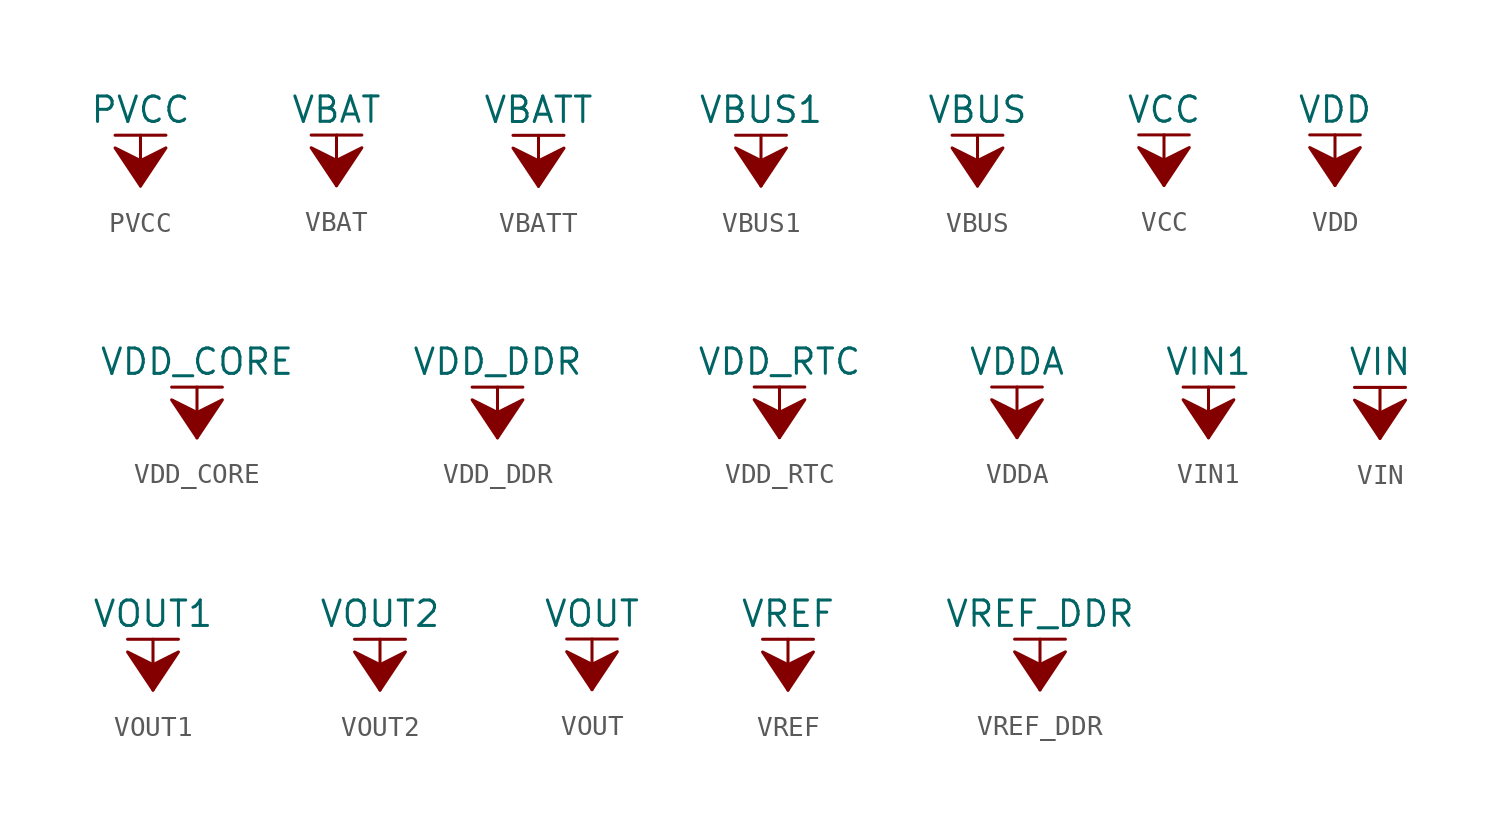
<source format=kicad_sym>
(kicad_symbol_lib
  (version 20211014)
  (generator kicad_symbol_editor)
  (symbol "PVCC"
    (power)
    (pin_names
      (offset 0))
    (property "Reference" "#PWR"
      (at 0 -3.81 0)
      (effects (font (size 1.27 1.27)) hide))
    (property "Value" "PVCC"
      (at 0 3.81 0)
      (effects (font (size 1.27 1.27))))
    (symbol "PVCC_0_1"
      (polyline (pts (xy -1.27 2.54) (xy 1.27 2.54)) (stroke (width 0.152) (type default) (color 0 0 0 0)) (fill (type none)))
      (polyline (pts (xy 0 0) (xy 0 2.54)) (stroke (width 0.152) (type default) (color 0 0 0 0)) (fill (type none)))
      (polyline (pts (xy 0 0) (xy 1.27 1.905) (xy 0 1.27) (xy -1.27 1.905) (xy 0 0)) (stroke (width 0.152) (type default) (color 0 0 0 0)) (fill (type outline))))
    (symbol "PVCC_1_1"
      (pin power_in line (at 0 0 90) (length 0) hide (name "PVCC" (effects (font (size 1.27 1.27)))) (number "1" (effects (font (size 1.27 1.27)))))))
  (symbol "VBAT"
    (power)
    (pin_names
      (offset 0))
    (property "Reference" "#PWR"
      (at 0 -3.81 0)
      (effects (font (size 1.27 1.27)) hide))
    (property "Value" "VBAT"
      (at 0 3.81 0)
      (effects (font (size 1.27 1.27))))
    (symbol "VBAT_0_1"
      (polyline (pts (xy -1.27 2.54) (xy 1.27 2.54)) (stroke (width 0.152) (type default) (color 0 0 0 0)) (fill (type none)))
      (polyline (pts (xy 0 0) (xy 0 2.54)) (stroke (width 0.152) (type default) (color 0 0 0 0)) (fill (type none)))
      (polyline (pts (xy 0 0) (xy 1.27 1.905) (xy 0 1.27) (xy -1.27 1.905) (xy 0 0)) (stroke (width 0.152) (type default) (color 0 0 0 0)) (fill (type outline))))
    (symbol "VBAT_1_1"
      (pin power_in line (at 0 0 90) (length 0) hide (name "VBAT" (effects (font (size 1.27 1.27)))) (number "1" (effects (font (size 1.27 1.27)))))))
  (symbol "VBATT"
    (power)
    (pin_names
      (offset 0))
    (property "Reference" "#PWR"
      (at 0 -3.81 0)
      (effects (font (size 1.27 1.27)) hide))
    (property "Value" "VBATT"
      (at 0 3.81 0)
      (effects (font (size 1.27 1.27))))
    (symbol "VBATT_0_1"
      (polyline (pts (xy -1.27 2.54) (xy 1.27 2.54)) (stroke (width 0.152) (type default) (color 0 0 0 0)) (fill (type none)))
      (polyline (pts (xy 0 0) (xy 0 2.54)) (stroke (width 0.152) (type default) (color 0 0 0 0)) (fill (type none)))
      (polyline (pts (xy 0 0) (xy 1.27 1.905) (xy 0 1.27) (xy -1.27 1.905) (xy 0 0)) (stroke (width 0.152) (type default) (color 0 0 0 0)) (fill (type outline))))
    (symbol "VBATT_1_1"
      (pin power_in line (at 0 0 90) (length 0) hide (name "VBATT" (effects (font (size 1.27 1.27)))) (number "1" (effects (font (size 1.27 1.27)))))))
  (symbol "VBUS1"
    (power)
    (pin_names
      (offset 0))
    (property "Reference" "#PWR"
      (at 0 -3.81 0)
      (effects (font (size 1.27 1.27)) hide))
    (property "Value" "VBUS1"
      (at 0 3.81 0)
      (effects (font (size 1.27 1.27))))
    (symbol "VBUS1_0_1"
      (polyline (pts (xy -1.27 2.54) (xy 1.27 2.54)) (stroke (width 0.152) (type default) (color 0 0 0 0)) (fill (type none)))
      (polyline (pts (xy 0 0) (xy 0 2.54)) (stroke (width 0.152) (type default) (color 0 0 0 0)) (fill (type none)))
      (polyline (pts (xy 0 0) (xy 1.27 1.905) (xy 0 1.27) (xy -1.27 1.905) (xy 0 0)) (stroke (width 0.152) (type default) (color 0 0 0 0)) (fill (type outline))))
    (symbol "VBUS1_1_1"
      (pin power_in line (at 0 0 90) (length 0) hide (name "VBUS1" (effects (font (size 1.27 1.27)))) (number "1" (effects (font (size 1.27 1.27)))))))
  (symbol "VBUS"
    (power)
    (pin_names
      (offset 0))
    (property "Reference" "#PWR"
      (at 0 -3.81 0)
      (effects (font (size 1.27 1.27)) hide))
    (property "Value" "VBUS"
      (at 0 3.81 0)
      (effects (font (size 1.27 1.27))))
    (symbol "VBUS_0_1"
      (polyline (pts (xy -1.27 2.54) (xy 1.27 2.54)) (stroke (width 0.152) (type default) (color 0 0 0 0)) (fill (type none)))
      (polyline (pts (xy 0 0) (xy 0 2.54)) (stroke (width 0.152) (type default) (color 0 0 0 0)) (fill (type none)))
      (polyline (pts (xy 0 0) (xy 1.27 1.905) (xy 0 1.27) (xy -1.27 1.905) (xy 0 0)) (stroke (width 0.152) (type default) (color 0 0 0 0)) (fill (type outline))))
    (symbol "VBUS_1_1"
      (pin power_in line (at 0 0 90) (length 0) hide (name "VBUS" (effects (font (size 1.27 1.27)))) (number "1" (effects (font (size 1.27 1.27)))))))
  (symbol "VCC"
    (power)
    (pin_names
      (offset 0))
    (property "Reference" "#PWR"
      (at 0 -3.81 0)
      (effects (font (size 1.27 1.27)) hide))
    (property "Value" "VCC"
      (at 0 3.81 0)
      (effects (font (size 1.27 1.27))))
    (symbol "VCC_0_1"
      (polyline (pts (xy -1.27 2.54) (xy 1.27 2.54)) (stroke (width 0.152) (type default) (color 0 0 0 0)) (fill (type none)))
      (polyline (pts (xy 0 0) (xy 0 2.54)) (stroke (width 0.152) (type default) (color 0 0 0 0)) (fill (type none)))
      (polyline (pts (xy 0 0) (xy 1.27 1.905) (xy 0 1.27) (xy -1.27 1.905) (xy 0 0)) (stroke (width 0.152) (type default) (color 0 0 0 0)) (fill (type outline))))
    (symbol "VCC_1_1"
      (pin power_in line (at 0 0 90) (length 0) hide (name "VCC" (effects (font (size 1.27 1.27)))) (number "1" (effects (font (size 1.27 1.27)))))))
  (symbol "VDD"
    (power)
    (pin_names
      (offset 0))
    (property "Reference" "#PWR"
      (at 0 -3.81 0)
      (effects (font (size 1.27 1.27)) hide))
    (property "Value" "VDD"
      (at 0 3.81 0)
      (effects (font (size 1.27 1.27))))
    (symbol "VDD_0_1"
      (polyline (pts (xy -1.27 2.54) (xy 1.27 2.54)) (stroke (width 0.152) (type default) (color 0 0 0 0)) (fill (type none)))
      (polyline (pts (xy 0 0) (xy 0 2.54)) (stroke (width 0.152) (type default) (color 0 0 0 0)) (fill (type none)))
      (polyline (pts (xy 0 0) (xy 1.27 1.905) (xy 0 1.27) (xy -1.27 1.905) (xy 0 0)) (stroke (width 0.152) (type default) (color 0 0 0 0)) (fill (type outline))))
    (symbol "VDD_1_1"
      (pin power_in line (at 0 0 90) (length 0) hide (name "VDD" (effects (font (size 1.27 1.27)))) (number "1" (effects (font (size 1.27 1.27)))))))
  (symbol "VDD_CORE"
    (power)
    (pin_names
      (offset 0))
    (property "Reference" "#PWR"
      (at 0 -3.81 0)
      (effects (font (size 1.27 1.27)) hide))
    (property "Value" "VDD_CORE"
      (at 0 3.81 0)
      (effects (font (size 1.27 1.27))))
    (symbol "VDD_CORE_0_1"
      (polyline (pts (xy -1.27 2.54) (xy 1.27 2.54)) (stroke (width 0.152) (type default) (color 0 0 0 0)) (fill (type none)))
      (polyline (pts (xy 0 0) (xy 0 2.54)) (stroke (width 0.152) (type default) (color 0 0 0 0)) (fill (type none)))
      (polyline (pts (xy 0 0) (xy 1.27 1.905) (xy 0 1.27) (xy -1.27 1.905) (xy 0 0)) (stroke (width 0.152) (type default) (color 0 0 0 0)) (fill (type outline))))
    (symbol "VDD_CORE_1_1"
      (pin power_in line (at 0 0 90) (length 0) hide (name "VDD_CORE" (effects (font (size 1.27 1.27)))) (number "1" (effects (font (size 1.27 1.27)))))))
  (symbol "VDD_DDR"
    (power)
    (pin_names
      (offset 0))
    (property "Reference" "#PWR"
      (at 0 -3.81 0)
      (effects (font (size 1.27 1.27)) hide))
    (property "Value" "VDD_DDR"
      (at 0 3.81 0)
      (effects (font (size 1.27 1.27))))
    (symbol "VDD_DDR_0_1"
      (polyline (pts (xy -1.27 2.54) (xy 1.27 2.54)) (stroke (width 0.152) (type default) (color 0 0 0 0)) (fill (type none)))
      (polyline (pts (xy 0 0) (xy 0 2.54)) (stroke (width 0.152) (type default) (color 0 0 0 0)) (fill (type none)))
      (polyline (pts (xy 0 0) (xy 1.27 1.905) (xy 0 1.27) (xy -1.27 1.905) (xy 0 0)) (stroke (width 0.152) (type default) (color 0 0 0 0)) (fill (type outline))))
    (symbol "VDD_DDR_1_1"
      (pin power_in line (at 0 0 90) (length 0) hide (name "VDD_DDR" (effects (font (size 1.27 1.27)))) (number "1" (effects (font (size 1.27 1.27)))))))
  (symbol "VDD_RTC"
    (power)
    (pin_names
      (offset 0))
    (property "Reference" "#PWR"
      (at 0 -3.81 0)
      (effects (font (size 1.27 1.27)) hide))
    (property "Value" "VDD_RTC"
      (at 0 3.81 0)
      (effects (font (size 1.27 1.27))))
    (symbol "VDD_RTC_0_1"
      (polyline (pts (xy -1.27 2.54) (xy 1.27 2.54)) (stroke (width 0.152) (type default) (color 0 0 0 0)) (fill (type none)))
      (polyline (pts (xy 0 0) (xy 0 2.54)) (stroke (width 0.152) (type default) (color 0 0 0 0)) (fill (type none)))
      (polyline (pts (xy 0 0) (xy 1.27 1.905) (xy 0 1.27) (xy -1.27 1.905) (xy 0 0)) (stroke (width 0.152) (type default) (color 0 0 0 0)) (fill (type outline))))
    (symbol "VDD_RTC_1_1"
      (pin power_in line (at 0 0 90) (length 0) hide (name "VDD_RTC" (effects (font (size 1.27 1.27)))) (number "1" (effects (font (size 1.27 1.27)))))))
  (symbol "VDDA"
    (power)
    (pin_names
      (offset 0))
    (property "Reference" "#PWR"
      (at 0 -3.81 0)
      (effects (font (size 1.27 1.27)) hide))
    (property "Value" "VDDA"
      (at 0 3.81 0)
      (effects (font (size 1.27 1.27))))
    (symbol "VDDA_0_1"
      (polyline (pts (xy -1.27 2.54) (xy 1.27 2.54)) (stroke (width 0.152) (type default) (color 0 0 0 0)) (fill (type none)))
      (polyline (pts (xy 0 0) (xy 0 2.54)) (stroke (width 0.152) (type default) (color 0 0 0 0)) (fill (type none)))
      (polyline (pts (xy 0 0) (xy 1.27 1.905) (xy 0 1.27) (xy -1.27 1.905) (xy 0 0)) (stroke (width 0.152) (type default) (color 0 0 0 0)) (fill (type outline))))
    (symbol "VDDA_1_1"
      (pin power_in line (at 0 0 90) (length 0) hide (name "VDDA" (effects (font (size 1.27 1.27)))) (number "1" (effects (font (size 1.27 1.27)))))))
  (symbol "VIN1"
    (power)
    (pin_names
      (offset 0))
    (property "Reference" "#PWR"
      (at 0 -3.81 0)
      (effects (font (size 1.27 1.27)) hide))
    (property "Value" "VIN1"
      (at 0 3.81 0)
      (effects (font (size 1.27 1.27))))
    (symbol "VIN1_0_1"
      (polyline (pts (xy -1.27 2.54) (xy 1.27 2.54)) (stroke (width 0.152) (type default) (color 0 0 0 0)) (fill (type none)))
      (polyline (pts (xy 0 0) (xy 0 2.54)) (stroke (width 0.152) (type default) (color 0 0 0 0)) (fill (type none)))
      (polyline (pts (xy 0 0) (xy 1.27 1.905) (xy 0 1.27) (xy -1.27 1.905) (xy 0 0)) (stroke (width 0.152) (type default) (color 0 0 0 0)) (fill (type outline))))
    (symbol "VIN1_1_1"
      (pin power_in line (at 0 0 90) (length 0) hide (name "VIN1" (effects (font (size 1.27 1.27)))) (number "1" (effects (font (size 1.27 1.27)))))))
  (symbol "VIN"
    (power)
    (pin_names
      (offset 0))
    (property "Reference" "#PWR"
      (at 0 -3.81 0)
      (effects (font (size 1.27 1.27)) hide))
    (property "Value" "VIN"
      (at 0 3.81 0)
      (effects (font (size 1.27 1.27))))
    (symbol "VIN_0_1"
      (polyline (pts (xy -1.27 2.54) (xy 1.27 2.54)) (stroke (width 0.152) (type default) (color 0 0 0 0)) (fill (type none)))
      (polyline (pts (xy 0 0) (xy 0 2.54)) (stroke (width 0.152) (type default) (color 0 0 0 0)) (fill (type none)))
      (polyline (pts (xy 0 0) (xy 1.27 1.905) (xy 0 1.27) (xy -1.27 1.905) (xy 0 0)) (stroke (width 0.152) (type default) (color 0 0 0 0)) (fill (type outline))))
    (symbol "VIN_1_1"
      (pin power_in line (at 0 0 90) (length 0) hide (name "VIN" (effects (font (size 1.27 1.27)))) (number "1" (effects (font (size 1.27 1.27)))))))
  (symbol "VOUT1"
    (power)
    (pin_names
      (offset 0))
    (property "Reference" "#PWR"
      (at 0 -3.81 0)
      (effects (font (size 1.27 1.27)) hide))
    (property "Value" "VOUT1"
      (at 0 3.81 0)
      (effects (font (size 1.27 1.27))))
    (symbol "VOUT1_0_1"
      (polyline (pts (xy -1.27 2.54) (xy 1.27 2.54)) (stroke (width 0.152) (type default) (color 0 0 0 0)) (fill (type none)))
      (polyline (pts (xy 0 0) (xy 0 2.54)) (stroke (width 0.152) (type default) (color 0 0 0 0)) (fill (type none)))
      (polyline (pts (xy 0 0) (xy 1.27 1.905) (xy 0 1.27) (xy -1.27 1.905) (xy 0 0)) (stroke (width 0.152) (type default) (color 0 0 0 0)) (fill (type outline))))
    (symbol "VOUT1_1_1"
      (pin power_in line (at 0 0 90) (length 0) hide (name "VOUT1" (effects (font (size 1.27 1.27)))) (number "1" (effects (font (size 1.27 1.27)))))))
  (symbol "VOUT2"
    (power)
    (pin_names
      (offset 0))
    (property "Reference" "#PWR"
      (at 0 -3.81 0)
      (effects (font (size 1.27 1.27)) hide))
    (property "Value" "VOUT2"
      (at 0 3.81 0)
      (effects (font (size 1.27 1.27))))
    (symbol "VOUT2_0_1"
      (polyline (pts (xy -1.27 2.54) (xy 1.27 2.54)) (stroke (width 0.152) (type default) (color 0 0 0 0)) (fill (type none)))
      (polyline (pts (xy 0 0) (xy 0 2.54)) (stroke (width 0.152) (type default) (color 0 0 0 0)) (fill (type none)))
      (polyline (pts (xy 0 0) (xy 1.27 1.905) (xy 0 1.27) (xy -1.27 1.905) (xy 0 0)) (stroke (width 0.152) (type default) (color 0 0 0 0)) (fill (type outline))))
    (symbol "VOUT2_1_1"
      (pin power_in line (at 0 0 90) (length 0) hide (name "VOUT2" (effects (font (size 1.27 1.27)))) (number "1" (effects (font (size 1.27 1.27)))))))
  (symbol "VOUT"
    (power)
    (pin_names
      (offset 0))
    (property "Reference" "#PWR"
      (at 0 -3.81 0)
      (effects (font (size 1.27 1.27)) hide))
    (property "Value" "VOUT"
      (at 0 3.81 0)
      (effects (font (size 1.27 1.27))))
    (symbol "VOUT_0_1"
      (polyline (pts (xy -1.27 2.54) (xy 1.27 2.54)) (stroke (width 0.152) (type default) (color 0 0 0 0)) (fill (type none)))
      (polyline (pts (xy 0 0) (xy 0 2.54)) (stroke (width 0.152) (type default) (color 0 0 0 0)) (fill (type none)))
      (polyline (pts (xy 0 0) (xy 1.27 1.905) (xy 0 1.27) (xy -1.27 1.905) (xy 0 0)) (stroke (width 0.152) (type default) (color 0 0 0 0)) (fill (type outline))))
    (symbol "VOUT_1_1"
      (pin power_in line (at 0 0 90) (length 0) hide (name "VOUT" (effects (font (size 1.27 1.27)))) (number "1" (effects (font (size 1.27 1.27)))))))
  (symbol "VREF"
    (power)
    (pin_names
      (offset 0))
    (property "Reference" "#PWR"
      (at 0 -3.81 0)
      (effects (font (size 1.27 1.27)) hide))
    (property "Value" "VREF"
      (at 0 3.81 0)
      (effects (font (size 1.27 1.27))))
    (symbol "VREF_0_1"
      (polyline (pts (xy -1.27 2.54) (xy 1.27 2.54)) (stroke (width 0.152) (type default) (color 0 0 0 0)) (fill (type none)))
      (polyline (pts (xy 0 0) (xy 0 2.54)) (stroke (width 0.152) (type default) (color 0 0 0 0)) (fill (type none)))
      (polyline (pts (xy 0 0) (xy 1.27 1.905) (xy 0 1.27) (xy -1.27 1.905) (xy 0 0)) (stroke (width 0.152) (type default) (color 0 0 0 0)) (fill (type outline))))
    (symbol "VREF_1_1"
      (pin power_in line (at 0 0 90) (length 0) hide (name "VREF" (effects (font (size 1.27 1.27)))) (number "1" (effects (font (size 1.27 1.27)))))))
  (symbol "VREF_DDR"
    (power)
    (pin_names
      (offset 0))
    (property "Reference" "#PWR"
      (at 0 -3.81 0)
      (effects (font (size 1.27 1.27)) hide))
    (property "Value" "VREF_DDR"
      (at 0 3.81 0)
      (effects (font (size 1.27 1.27))))
    (symbol "VREF_DDR_0_1"
      (polyline (pts (xy -1.27 2.54) (xy 1.27 2.54)) (stroke (width 0.152) (type default) (color 0 0 0 0)) (fill (type none)))
      (polyline (pts (xy 0 0) (xy 0 2.54)) (stroke (width 0.152) (type default) (color 0 0 0 0)) (fill (type none)))
      (polyline (pts (xy 0 0) (xy 1.27 1.905) (xy 0 1.27) (xy -1.27 1.905) (xy 0 0)) (stroke (width 0.152) (type default) (color 0 0 0 0)) (fill (type outline))))
    (symbol "VREF_DDR_1_1"
      (pin power_in line (at 0 0 90) (length 0) hide (name "VREF_DDR" (effects (font (size 1.27 1.27)))) (number "1" (effects (font (size 1.27 1.27))))))))
</source>
